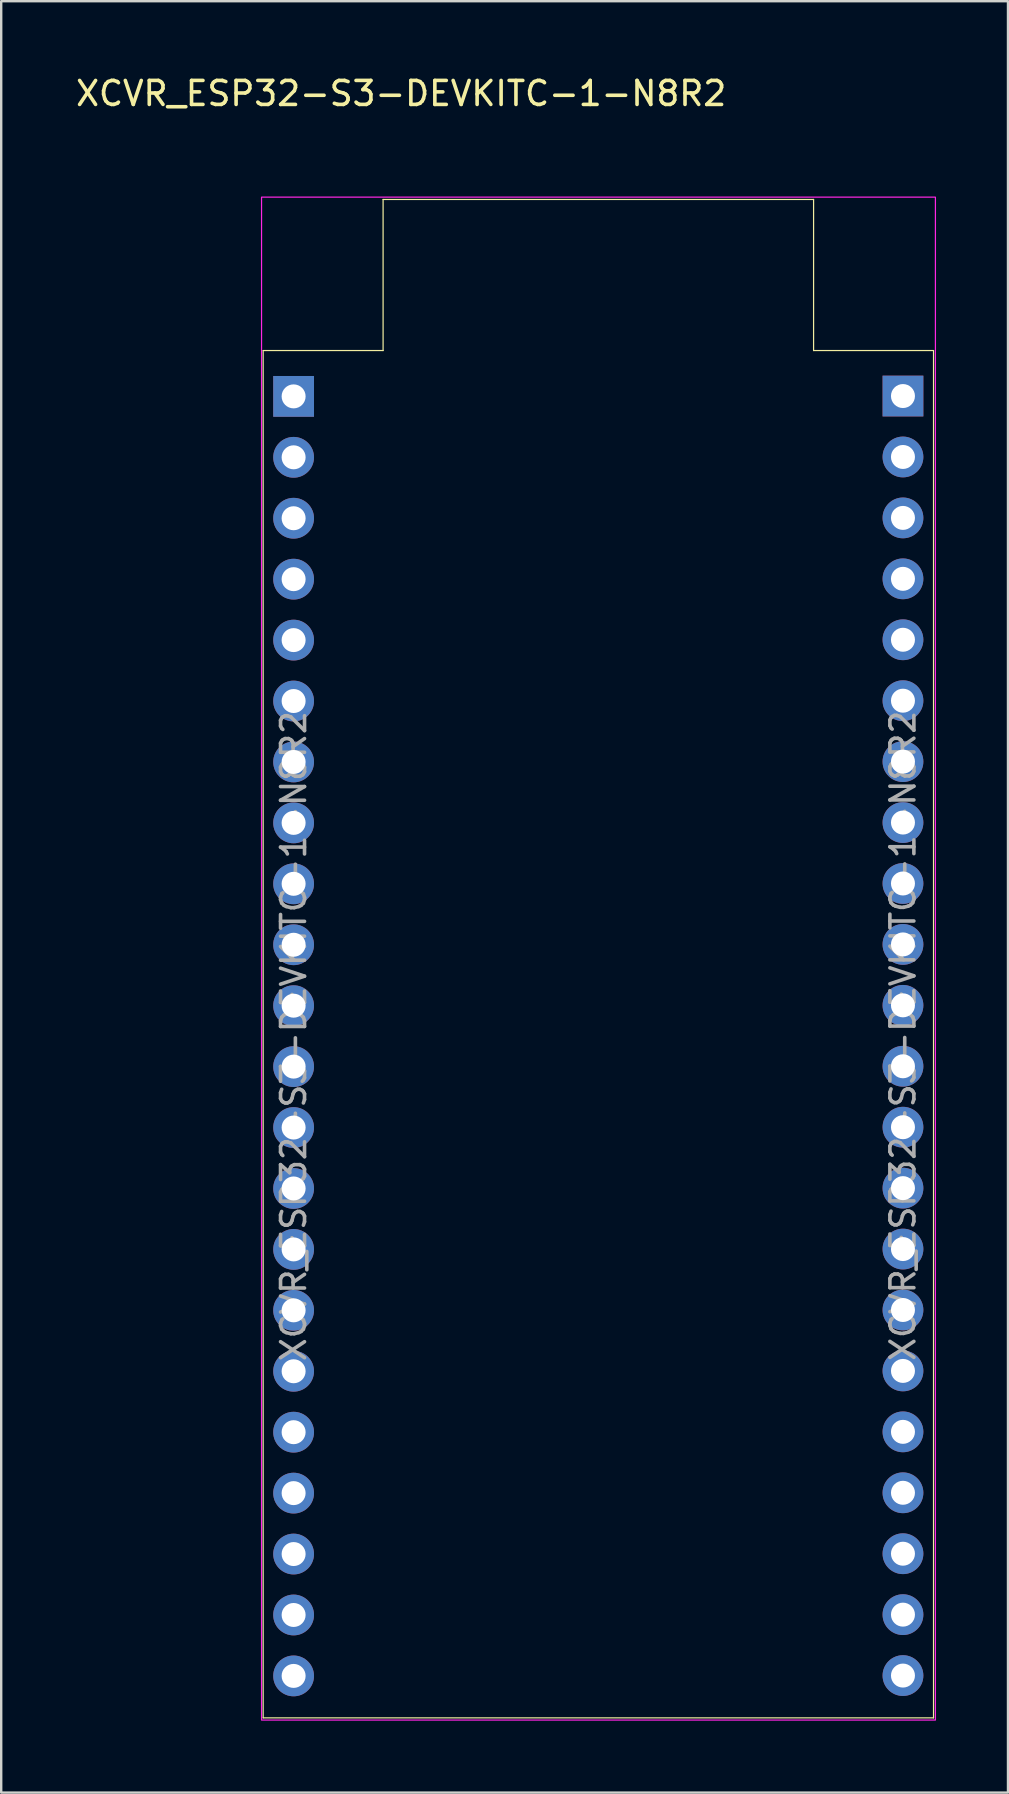
<source format=kicad_pcb>
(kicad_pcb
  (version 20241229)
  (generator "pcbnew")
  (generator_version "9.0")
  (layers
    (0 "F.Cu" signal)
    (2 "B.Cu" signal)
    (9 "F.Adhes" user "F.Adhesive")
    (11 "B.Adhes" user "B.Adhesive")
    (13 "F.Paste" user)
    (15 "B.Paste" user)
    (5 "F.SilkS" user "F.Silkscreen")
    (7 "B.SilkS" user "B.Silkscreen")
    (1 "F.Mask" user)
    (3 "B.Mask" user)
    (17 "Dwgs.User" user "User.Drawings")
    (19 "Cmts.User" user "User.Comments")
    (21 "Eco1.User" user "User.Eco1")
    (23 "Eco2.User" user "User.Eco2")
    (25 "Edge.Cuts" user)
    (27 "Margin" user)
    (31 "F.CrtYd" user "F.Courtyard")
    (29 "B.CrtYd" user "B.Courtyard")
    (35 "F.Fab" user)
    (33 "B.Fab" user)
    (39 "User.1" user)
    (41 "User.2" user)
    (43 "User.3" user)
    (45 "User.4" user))
  (footprint "XCVR_ESP32-S3-DEVKITC-1-N8R2"
    (layer "F.Cu")
    (at 23.448 40.453)
    (property "Reference" "XCVR_ESP32-S3-DEVKITC-1-N8R2" (at -9.775 -39.605 0) (layer "F.SilkS") (effects (font (size 1 1) (thickness 0.15))))
    (attr through_hole)
    (fp_line (start -15.528 -28.889) (end -10.528 -28.889) (stroke (width 0.05) (type solid)) (layer "F.SilkS"))
    (fp_line (start -15.528 28.111) (end -15.528 -28.889) (stroke (width 0.05) (type solid)) (layer "F.SilkS"))
    (fp_line (start -15.528 28.111) (end 12.418 28.111) (stroke (width 0.05) (type solid)) (layer "F.SilkS"))
    (fp_line (start -10.528 -28.889) (end -10.528 -35.189) (stroke (width 0.05) (type solid)) (layer "F.SilkS"))
    (fp_line (start 7.418 -35.189) (end -10.528 -35.189) (stroke (width 0.05) (type solid)) (layer "F.SilkS"))
    (fp_line (start 7.418 -28.889) (end 7.418 -35.189) (stroke (width 0.05) (type solid)) (layer "F.SilkS"))
    (fp_line (start 12.418 -28.889) (end 7.418 -28.889) (stroke (width 0.05) (type solid)) (layer "F.SilkS"))
    (fp_line (start 12.418 28.111) (end 12.418 -28.889) (stroke (width 0.05) (type solid)) (layer "F.SilkS"))
    (fp_rect (start -15.595 -35.284) (end 12.497 28.201) (stroke (width 0.05) (type default)) (fill no) (layer "F.CrtYd"))
    (fp_text user "${REFERENCE}" (at 11.144 -0.323 90) (layer "F.Fab") (effects (font (size 1 1) (thickness 0.15))))
    (fp_text user "${REFERENCE}" (at -14.258 -0.309 90) (layer "F.Fab") (effects (font (size 1 1) (thickness 0.15))))
    (pad "1" thru_hole rect (at -14.258 -26.979) (size 1.7 1.7) (drill 1) (layers "*.Cu" "*.Mask"))
    (pad "2" thru_hole circle (at -14.258 -24.439) (size 1.7 1.7) (drill 1) (layers "*.Cu" "*.Mask"))
    (pad "3" thru_hole circle (at -14.258 -21.899) (size 1.7 1.7) (drill 1) (layers "*.Cu" "*.Mask"))
    (pad "4" thru_hole circle (at -14.258 -19.359) (size 1.7 1.7) (drill 1) (layers "*.Cu" "*.Mask"))
    (pad "5" thru_hole circle (at -14.258 -16.819) (size 1.7 1.7) (drill 1) (layers "*.Cu" "*.Mask"))
    (pad "6" thru_hole circle (at -14.258 -14.279) (size 1.7 1.7) (drill 1) (layers "*.Cu" "*.Mask"))
    (pad "7" thru_hole circle (at -14.258 -11.739) (size 1.7 1.7) (drill 1) (layers "*.Cu" "*.Mask"))
    (pad "8" thru_hole circle (at -14.258 -9.199) (size 1.7 1.7) (drill 1) (layers "*.Cu" "*.Mask"))
    (pad "9" thru_hole circle (at -14.258 -6.659) (size 1.7 1.7) (drill 1) (layers "*.Cu" "*.Mask"))
    (pad "10" thru_hole circle (at -14.258 -4.119) (size 1.7 1.7) (drill 1) (layers "*.Cu" "*.Mask"))
    (pad "11" thru_hole circle (at -14.258 -1.579) (size 1.7 1.7) (drill 1) (layers "*.Cu" "*.Mask"))
    (pad "12" thru_hole circle (at -14.258 0.961) (size 1.7 1.7) (drill 1) (layers "*.Cu" "*.Mask"))
    (pad "13" thru_hole circle (at -14.258 3.501) (size 1.7 1.7) (drill 1) (layers "*.Cu" "*.Mask"))
    (pad "14" thru_hole circle (at -14.258 6.041) (size 1.7 1.7) (drill 1) (layers "*.Cu" "*.Mask"))
    (pad "15" thru_hole circle (at -14.258 8.581) (size 1.7 1.7) (drill 1) (layers "*.Cu" "*.Mask"))
    (pad "16" thru_hole circle (at -14.258 11.121) (size 1.7 1.7) (drill 1) (layers "*.Cu" "*.Mask"))
    (pad "17" thru_hole circle (at -14.258 13.661) (size 1.7 1.7) (drill 1) (layers "*.Cu" "*.Mask"))
    (pad "18" thru_hole circle (at -14.258 16.201) (size 1.7 1.7) (drill 1) (layers "*.Cu" "*.Mask"))
    (pad "19" thru_hole circle (at -14.258 18.741) (size 1.7 1.7) (drill 1) (layers "*.Cu" "*.Mask"))
    (pad "20" thru_hole circle (at -14.258 21.281) (size 1.7 1.7) (drill 1) (layers "*.Cu" "*.Mask"))
    (pad "21" thru_hole circle (at -14.258 23.821) (size 1.7 1.7) (drill 1) (layers "*.Cu" "*.Mask"))
    (pad "22" thru_hole circle (at -14.258 26.361) (size 1.7 1.7) (drill 1) (layers "*.Cu" "*.Mask"))
    (pad "23" thru_hole circle (at 11.144 26.347) (size 1.7 1.7) (drill 1) (layers "*.Cu" "*.Mask"))
    (pad "24" thru_hole circle (at 11.144 23.807) (size 1.7 1.7) (drill 1) (layers "*.Cu" "*.Mask"))
    (pad "25" thru_hole circle (at 11.144 21.267) (size 1.7 1.7) (drill 1) (layers "*.Cu" "*.Mask"))
    (pad "26" thru_hole circle (at 11.144 18.727) (size 1.7 1.7) (drill 1) (layers "*.Cu" "*.Mask"))
    (pad "27" thru_hole circle (at 11.144 16.187) (size 1.7 1.7) (drill 1) (layers "*.Cu" "*.Mask"))
    (pad "28" thru_hole circle (at 11.144 13.647) (size 1.7 1.7) (drill 1) (layers "*.Cu" "*.Mask"))
    (pad "29" thru_hole circle (at 11.144 11.107) (size 1.7 1.7) (drill 1) (layers "*.Cu" "*.Mask"))
    (pad "30" thru_hole circle (at 11.144 8.567) (size 1.7 1.7) (drill 1) (layers "*.Cu" "*.Mask"))
    (pad "31" thru_hole circle (at 11.144 6.027) (size 1.7 1.7) (drill 1) (layers "*.Cu" "*.Mask"))
    (pad "32" thru_hole circle (at 11.144 3.487) (size 1.7 1.7) (drill 1) (layers "*.Cu" "*.Mask"))
    (pad "33" thru_hole circle (at 11.144 0.947) (size 1.7 1.7) (drill 1) (layers "*.Cu" "*.Mask"))
    (pad "34" thru_hole circle (at 11.144 -1.593) (size 1.7 1.7) (drill 1) (layers "*.Cu" "*.Mask"))
    (pad "35" thru_hole circle (at 11.144 -4.133) (size 1.7 1.7) (drill 1) (layers "*.Cu" "*.Mask"))
    (pad "36" thru_hole circle (at 11.144 -6.673) (size 1.7 1.7) (drill 1) (layers "*.Cu" "*.Mask"))
    (pad "37" thru_hole circle (at 11.144 -9.213) (size 1.7 1.7) (drill 1) (layers "*.Cu" "*.Mask"))
    (pad "38" thru_hole circle (at 11.144 -11.753) (size 1.7 1.7) (drill 1) (layers "*.Cu" "*.Mask"))
    (pad "39" thru_hole circle (at 11.144 -14.293) (size 1.7 1.7) (drill 1) (layers "*.Cu" "*.Mask"))
    (pad "40" thru_hole circle (at 11.144 -16.833) (size 1.7 1.7) (drill 1) (layers "*.Cu" "*.Mask"))
    (pad "41" thru_hole circle (at 11.144 -19.373) (size 1.7 1.7) (drill 1) (layers "*.Cu" "*.Mask"))
    (pad "42" thru_hole circle (at 11.144 -21.913) (size 1.7 1.7) (drill 1) (layers "*.Cu" "*.Mask"))
    (pad "43" thru_hole circle (at 11.144 -24.453) (size 1.7 1.7) (drill 1) (layers "*.Cu" "*.Mask"))
    (pad "44" thru_hole rect (at 11.144 -26.993) (size 1.7 1.7) (drill 1) (layers "*.Cu" "*.Mask")))
  (gr_rect
    (start -3 -3)
    (end 38.97 71.679)
    (stroke (width 0.1) (type default))
    (fill no)
    (layer "Edge.Cuts")))
</source>
